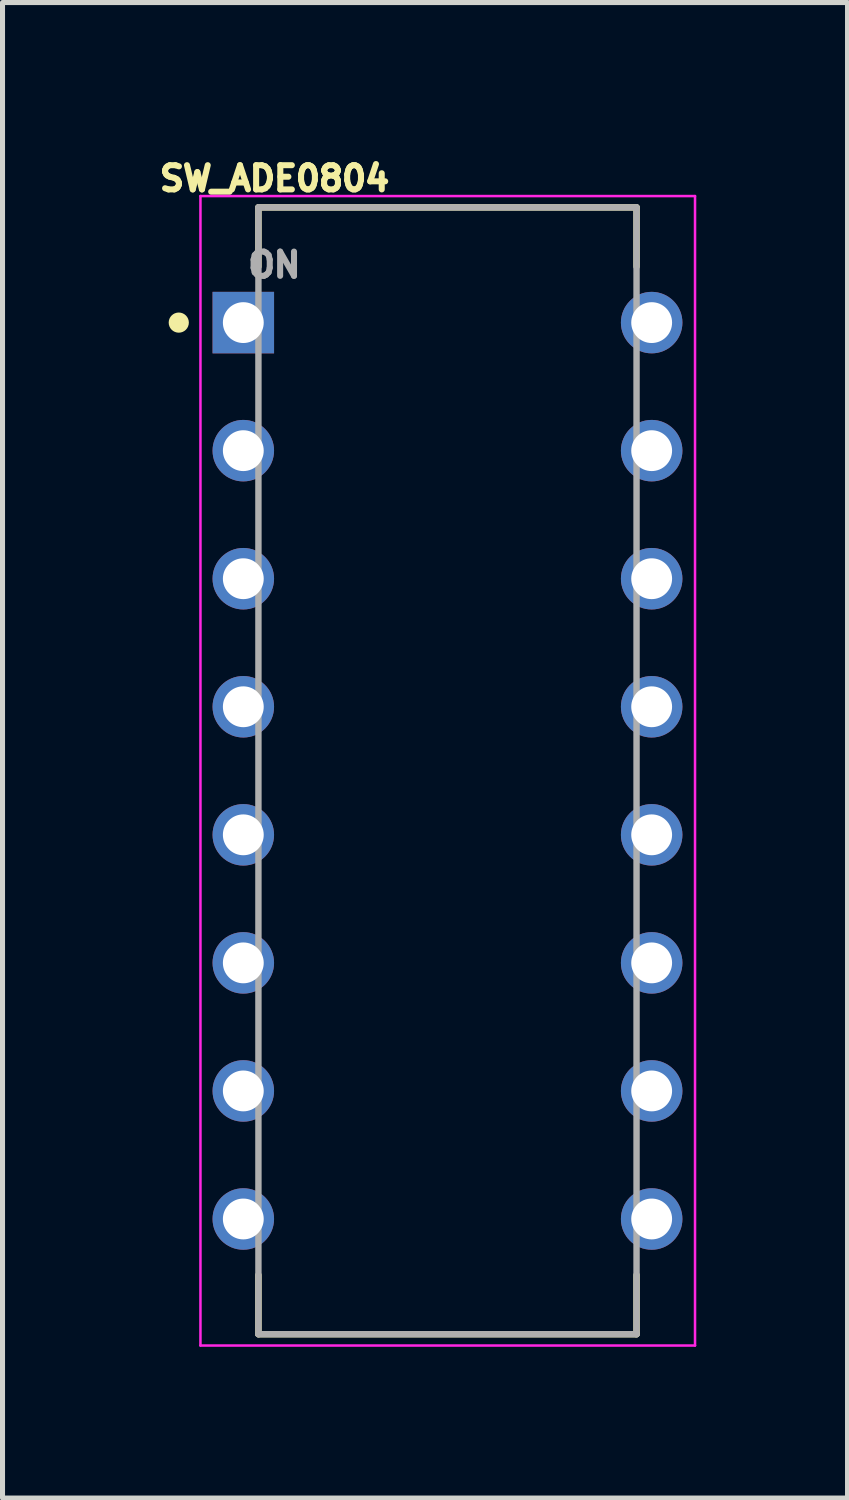
<source format=kicad_pcb>
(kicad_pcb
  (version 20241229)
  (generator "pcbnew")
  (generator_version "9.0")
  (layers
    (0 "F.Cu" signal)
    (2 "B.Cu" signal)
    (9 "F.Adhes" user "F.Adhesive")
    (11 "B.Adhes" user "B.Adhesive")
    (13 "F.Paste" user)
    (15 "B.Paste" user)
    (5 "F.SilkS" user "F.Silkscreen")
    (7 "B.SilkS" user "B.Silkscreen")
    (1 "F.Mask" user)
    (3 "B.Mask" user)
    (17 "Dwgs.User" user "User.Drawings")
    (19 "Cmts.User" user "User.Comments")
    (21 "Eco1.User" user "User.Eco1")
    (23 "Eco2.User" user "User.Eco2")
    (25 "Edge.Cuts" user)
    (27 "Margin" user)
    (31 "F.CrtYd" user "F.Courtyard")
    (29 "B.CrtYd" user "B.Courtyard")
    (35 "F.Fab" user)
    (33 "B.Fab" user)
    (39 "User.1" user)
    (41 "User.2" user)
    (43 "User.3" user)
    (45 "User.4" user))
  (footprint "SW_ADE0804"
    (layer "F.Cu")
    (at 5.826 12.239)
    (property "Reference" "SW_ADE0804" (at -3.43 -11.748 0) (layer "F.SilkS") (effects (font (size 0.48 0.48) (thickness 0.15))))
    (attr through_hole)
    (fp_line (start -3.75 -11.175) (end -3.75 -10) (stroke (width 0.127) (type solid)) (layer "F.SilkS"))
    (fp_line (start -3.75 11.175) (end -3.75 10) (stroke (width 0.127) (type solid)) (layer "F.SilkS"))
    (fp_line (start 3.75 -11.175) (end -3.75 -11.175) (stroke (width 0.127) (type solid)) (layer "F.SilkS"))
    (fp_line (start 3.75 -10) (end 3.75 -11.175) (stroke (width 0.127) (type solid)) (layer "F.SilkS"))
    (fp_line (start 3.75 10) (end 3.75 11.175) (stroke (width 0.127) (type solid)) (layer "F.SilkS"))
    (fp_line (start 3.75 11.175) (end -3.75 11.175) (stroke (width 0.127) (type solid)) (layer "F.SilkS"))
    (fp_circle (center -5.33 -8.89) (end -5.23 -8.89) (stroke (width 0.2) (type solid)) (fill no) (layer "F.SilkS"))
    (fp_line (start -4.9 -11.4) (end 4.91 -11.4) (stroke (width 0.05) (type solid)) (layer "F.CrtYd"))
    (fp_line (start -4.9 11.4) (end -4.9 -11.4) (stroke (width 0.05) (type solid)) (layer "F.CrtYd"))
    (fp_line (start 4.91 -11.4) (end 4.91 11.4) (stroke (width 0.05) (type solid)) (layer "F.CrtYd"))
    (fp_line (start 4.91 11.4) (end -4.9 11.4) (stroke (width 0.05) (type solid)) (layer "F.CrtYd"))
    (fp_line (start -3.75 -11.175) (end -3.75 11.175) (stroke (width 0.127) (type solid)) (layer "F.Fab"))
    (fp_line (start -3.75 11.175) (end 3.75 11.175) (stroke (width 0.127) (type solid)) (layer "F.Fab"))
    (fp_line (start 3.75 -11.175) (end -3.75 -11.175) (stroke (width 0.127) (type solid)) (layer "F.Fab"))
    (fp_line (start 3.75 11.175) (end 3.75 -11.175) (stroke (width 0.127) (type solid)) (layer "F.Fab"))
    (fp_circle (center -4.05 -8.89) (end -3.95 -8.89) (stroke (width 0.2) (type solid)) (fill no) (layer "F.Fab"))
    (fp_text user "ON" (at -3.434 -10.034 0) (layer "F.Fab") (effects (font (size 0.481 0.481) (thickness 0.12))))
    (pad "1" thru_hole rect (at -4.05 -8.89) (size 1.22 1.22) (drill 0.81) (layers "*.Cu" "*.Mask"))
    (pad "1-1" thru_hole circle (at 4.05 -8.89) (size 1.22 1.22) (drill 0.81) (layers "*.Cu" "*.Mask"))
    (pad "2" thru_hole circle (at -4.05 -6.35) (size 1.22 1.22) (drill 0.81) (layers "*.Cu" "*.Mask"))
    (pad "2-1" thru_hole circle (at 4.05 -6.35) (size 1.22 1.22) (drill 0.81) (layers "*.Cu" "*.Mask"))
    (pad "3" thru_hole circle (at -4.05 -3.81) (size 1.22 1.22) (drill 0.81) (layers "*.Cu" "*.Mask"))
    (pad "3-1" thru_hole circle (at 4.05 -3.81) (size 1.22 1.22) (drill 0.81) (layers "*.Cu" "*.Mask"))
    (pad "4" thru_hole circle (at -4.05 -1.27) (size 1.22 1.22) (drill 0.81) (layers "*.Cu" "*.Mask"))
    (pad "4-1" thru_hole circle (at 4.05 -1.27) (size 1.22 1.22) (drill 0.81) (layers "*.Cu" "*.Mask"))
    (pad "5" thru_hole circle (at -4.05 1.27) (size 1.22 1.22) (drill 0.81) (layers "*.Cu" "*.Mask"))
    (pad "5-1" thru_hole circle (at 4.05 1.27) (size 1.22 1.22) (drill 0.81) (layers "*.Cu" "*.Mask"))
    (pad "6" thru_hole circle (at -4.05 3.81) (size 1.22 1.22) (drill 0.81) (layers "*.Cu" "*.Mask"))
    (pad "6-1" thru_hole circle (at 4.05 3.81) (size 1.22 1.22) (drill 0.81) (layers "*.Cu" "*.Mask"))
    (pad "7" thru_hole circle (at -4.05 6.35) (size 1.22 1.22) (drill 0.81) (layers "*.Cu" "*.Mask"))
    (pad "7-1" thru_hole circle (at 4.05 6.35) (size 1.22 1.22) (drill 0.81) (layers "*.Cu" "*.Mask"))
    (pad "8" thru_hole circle (at -4.05 8.89) (size 1.22 1.22) (drill 0.81) (layers "*.Cu" "*.Mask"))
    (pad "8-1" thru_hole circle (at 4.05 8.89) (size 1.22 1.22) (drill 0.81) (layers "*.Cu" "*.Mask")))
  (gr_rect
    (start -3 -3)
    (end 13.761 26.664)
    (stroke (width 0.1) (type default))
    (fill no)
    (layer "Edge.Cuts")))
</source>
